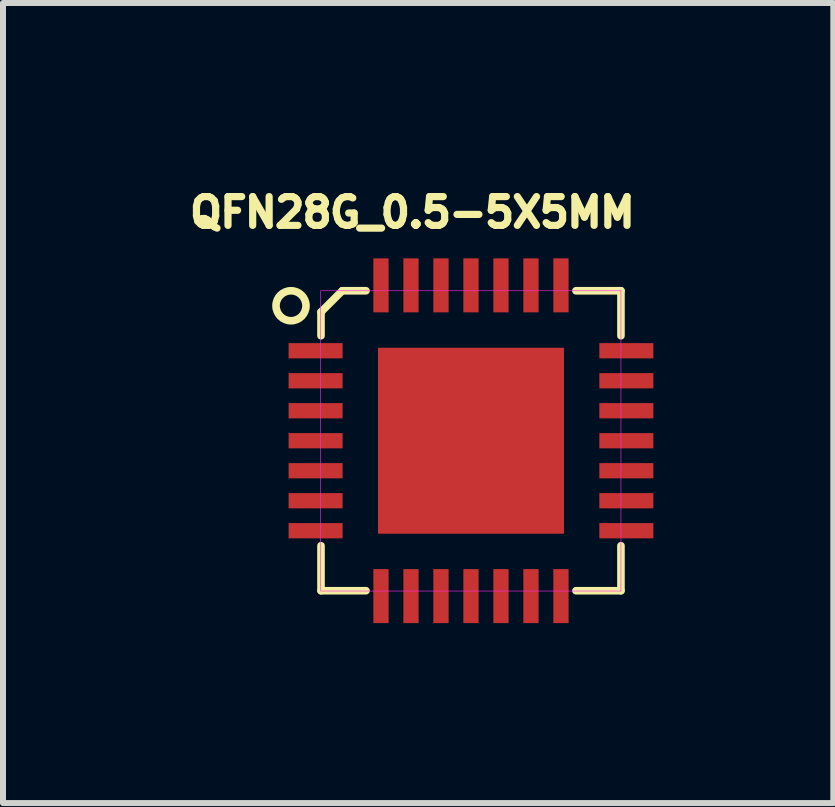
<source format=kicad_pcb>
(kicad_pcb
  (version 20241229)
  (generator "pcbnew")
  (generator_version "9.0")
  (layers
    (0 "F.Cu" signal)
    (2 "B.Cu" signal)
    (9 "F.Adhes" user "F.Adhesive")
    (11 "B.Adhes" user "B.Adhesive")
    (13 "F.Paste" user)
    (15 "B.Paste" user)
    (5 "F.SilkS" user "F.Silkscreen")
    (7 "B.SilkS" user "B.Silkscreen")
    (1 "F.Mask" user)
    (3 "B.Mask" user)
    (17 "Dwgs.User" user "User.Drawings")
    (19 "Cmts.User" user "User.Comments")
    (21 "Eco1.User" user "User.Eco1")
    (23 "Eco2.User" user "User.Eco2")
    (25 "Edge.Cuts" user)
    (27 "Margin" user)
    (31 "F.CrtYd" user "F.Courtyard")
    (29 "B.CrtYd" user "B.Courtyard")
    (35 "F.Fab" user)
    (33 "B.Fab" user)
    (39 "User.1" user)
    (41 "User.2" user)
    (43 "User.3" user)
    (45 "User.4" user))
  (footprint "QFN28G_0.5-5X5MM"
    (layer "F.Cu")
    (at 4.801 4.297)
    (property "Reference" "QFN28G_0.5-5X5MM" (at -0.976 -3.806 0) (layer "F.SilkS") (effects (font (size 0.48 0.48) (thickness 0.15))))
    (attr smd)
    (fp_line (start -2.5 -2.146) (end -2.5 -1.75) (stroke (width 0.127) (type solid)) (layer "F.SilkS"))
    (fp_line (start -2.5 1.75) (end -2.5 2.5) (stroke (width 0.127) (type solid)) (layer "F.SilkS"))
    (fp_line (start -2.5 2.5) (end -1.75 2.5) (stroke (width 0.127) (type solid)) (layer "F.SilkS"))
    (fp_line (start -2.146 -2.5) (end -2.5 -2.146) (stroke (width 0.127) (type solid)) (layer "F.SilkS"))
    (fp_line (start -1.75 -2.5) (end -2.146 -2.5) (stroke (width 0.127) (type solid)) (layer "F.SilkS"))
    (fp_line (start 1.75 -2.5) (end 2.5 -2.5) (stroke (width 0.127) (type solid)) (layer "F.SilkS"))
    (fp_line (start 1.75 2.5) (end 2.5 2.5) (stroke (width 0.127) (type solid)) (layer "F.SilkS"))
    (fp_line (start 2.5 -2.5) (end 2.5 -1.75) (stroke (width 0.127) (type solid)) (layer "F.SilkS"))
    (fp_line (start 2.5 2.5) (end 2.5 1.75) (stroke (width 0.127) (type solid)) (layer "F.SilkS"))
    (fp_circle (center -3 -2.25) (end -2.75 -2.25) (stroke (width 0.127) (type solid)) (fill no) (layer "F.SilkS"))
    (fp_poly (pts (xy -1.503 0.25) (xy -0.25 0.25) (xy -0.25 1.503) (xy -1.503 1.503)) (stroke (width 0.01) (type solid)) (fill yes) (layer "F.Paste"))
    (fp_poly (pts (xy -1.502 -1.5) (xy -0.25 -1.5) (xy -0.25 -0.25) (xy -1.502 -0.25)) (stroke (width 0.01) (type solid)) (fill yes) (layer "F.Paste"))
    (fp_poly (pts (xy 0.25 -1.5) (xy 1.5 -1.5) (xy 1.5 -0.25) (xy 0.25 -0.25)) (stroke (width 0.01) (type solid)) (fill yes) (layer "F.Paste"))
    (fp_poly (pts (xy 0.25 0.25) (xy 1.5 0.25) (xy 1.5 1.503) (xy 0.25 1.503)) (stroke (width 0.01) (type solid)) (fill yes) (layer "F.Paste"))
    (fp_poly (pts (xy -2.505 -2.5) (xy 2.5 -2.5) (xy 2.5 2.505) (xy -2.505 2.505)) (stroke (width 0.01) (type solid)) (fill no) (layer "F.CrtYd"))
    (pad "1" smd rect (at -2.59 -1.5) (size 0.9 0.254) (layers "F.Cu" "F.Mask" "F.Paste"))
    (pad "2" smd rect (at -2.59 -1) (size 0.9 0.254) (layers "F.Cu" "F.Mask" "F.Paste"))
    (pad "3" smd rect (at -2.59 -0.5) (size 0.9 0.254) (layers "F.Cu" "F.Mask" "F.Paste"))
    (pad "4" smd rect (at -2.59 0) (size 0.9 0.254) (layers "F.Cu" "F.Mask" "F.Paste"))
    (pad "5" smd rect (at -2.59 0.5) (size 0.9 0.254) (layers "F.Cu" "F.Mask" "F.Paste"))
    (pad "6" smd rect (at -2.59 1) (size 0.9 0.254) (layers "F.Cu" "F.Mask" "F.Paste"))
    (pad "7" smd rect (at -2.59 1.5) (size 0.9 0.254) (layers "F.Cu" "F.Mask" "F.Paste"))
    (pad "8" smd rect (at -1.5 2.59 90) (size 0.9 0.254) (layers "F.Cu" "F.Mask" "F.Paste"))
    (pad "9" smd rect (at -1 2.59 90) (size 0.9 0.254) (layers "F.Cu" "F.Mask" "F.Paste"))
    (pad "10" smd rect (at -0.5 2.59 90) (size 0.9 0.254) (layers "F.Cu" "F.Mask" "F.Paste"))
    (pad "11" smd rect (at 0 2.59 90) (size 0.9 0.254) (layers "F.Cu" "F.Mask" "F.Paste"))
    (pad "12" smd rect (at 0.5 2.59 90) (size 0.9 0.254) (layers "F.Cu" "F.Mask" "F.Paste"))
    (pad "13" smd rect (at 1 2.59 90) (size 0.9 0.254) (layers "F.Cu" "F.Mask" "F.Paste"))
    (pad "14" smd rect (at 1.5 2.59 90) (size 0.9 0.254) (layers "F.Cu" "F.Mask" "F.Paste"))
    (pad "15" smd rect (at 2.59 1.5 180) (size 0.9 0.254) (layers "F.Cu" "F.Mask" "F.Paste"))
    (pad "16" smd rect (at 2.59 1 180) (size 0.9 0.254) (layers "F.Cu" "F.Mask" "F.Paste"))
    (pad "17" smd rect (at 2.59 0.5 180) (size 0.9 0.254) (layers "F.Cu" "F.Mask" "F.Paste"))
    (pad "18" smd rect (at 2.59 0 180) (size 0.9 0.254) (layers "F.Cu" "F.Mask" "F.Paste"))
    (pad "19" smd rect (at 2.59 -0.5 180) (size 0.9 0.254) (layers "F.Cu" "F.Mask" "F.Paste"))
    (pad "20" smd rect (at 2.59 -1 180) (size 0.9 0.254) (layers "F.Cu" "F.Mask" "F.Paste"))
    (pad "21" smd rect (at 2.59 -1.5 180) (size 0.9 0.254) (layers "F.Cu" "F.Mask" "F.Paste"))
    (pad "22" smd rect (at 1.5 -2.59 270) (size 0.9 0.254) (layers "F.Cu" "F.Mask" "F.Paste"))
    (pad "23" smd rect (at 1 -2.59 270) (size 0.9 0.254) (layers "F.Cu" "F.Mask" "F.Paste"))
    (pad "24" smd rect (at 0.5 -2.59 270) (size 0.9 0.254) (layers "F.Cu" "F.Mask" "F.Paste"))
    (pad "25" smd rect (at 0 -2.59 270) (size 0.9 0.254) (layers "F.Cu" "F.Mask" "F.Paste"))
    (pad "26" smd rect (at -0.5 -2.59 270) (size 0.9 0.254) (layers "F.Cu" "F.Mask" "F.Paste"))
    (pad "27" smd rect (at -1 -2.59 270) (size 0.9 0.254) (layers "F.Cu" "F.Mask" "F.Paste"))
    (pad "28" smd rect (at -1.5 -2.59 270) (size 0.9 0.254) (layers "F.Cu" "F.Mask" "F.Paste"))
    (pad "29" smd rect (at 0 0) (size 3.1 3.1) (layers "F.Cu" "F.Mask")))
  (gr_rect
    (start -3 -3)
    (end 10.841 10.337)
    (stroke (width 0.1) (type default))
    (fill no)
    (layer "Edge.Cuts")))
</source>
